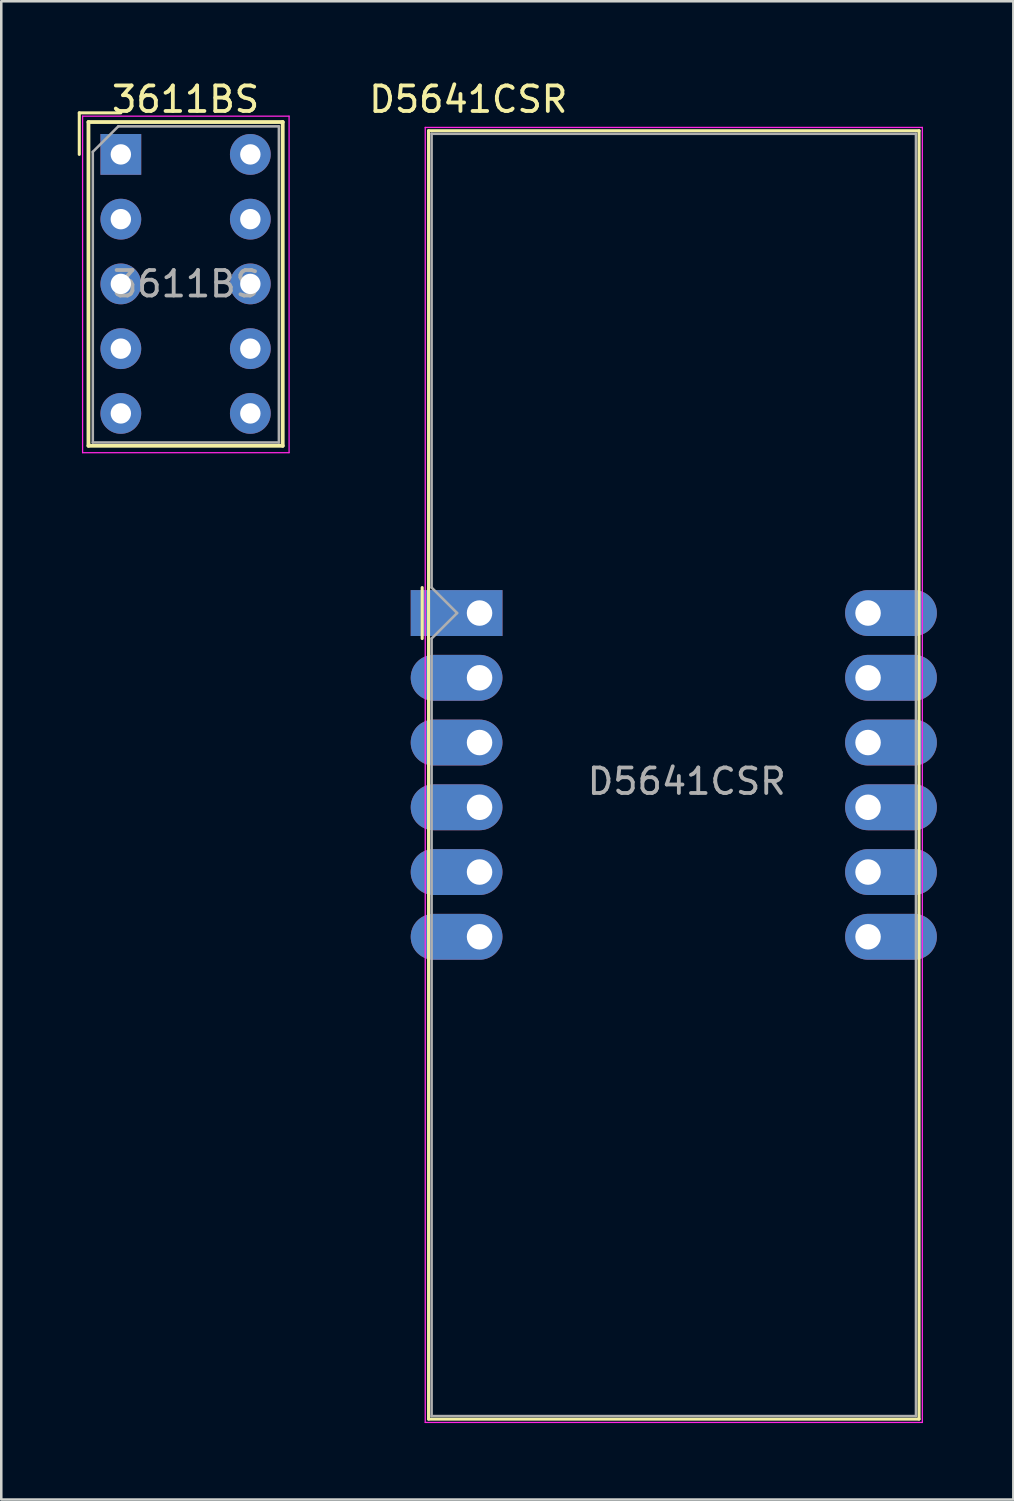
<source format=kicad_pcb>
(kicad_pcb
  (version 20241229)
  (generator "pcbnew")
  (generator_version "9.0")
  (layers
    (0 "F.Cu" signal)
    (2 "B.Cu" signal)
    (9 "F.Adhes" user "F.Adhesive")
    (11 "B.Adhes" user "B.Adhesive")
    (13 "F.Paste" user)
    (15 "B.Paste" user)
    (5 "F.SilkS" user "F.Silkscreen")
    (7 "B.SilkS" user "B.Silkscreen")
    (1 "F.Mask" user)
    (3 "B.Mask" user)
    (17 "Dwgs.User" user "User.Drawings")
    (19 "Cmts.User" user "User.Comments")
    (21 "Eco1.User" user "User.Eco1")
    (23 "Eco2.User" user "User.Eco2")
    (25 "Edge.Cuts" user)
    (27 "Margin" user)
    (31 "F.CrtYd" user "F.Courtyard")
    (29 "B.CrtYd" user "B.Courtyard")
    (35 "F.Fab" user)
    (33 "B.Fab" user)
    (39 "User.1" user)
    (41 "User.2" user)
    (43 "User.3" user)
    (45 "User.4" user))
  (footprint "D5641CSR"
    (layer "F.Cu")
    (at 15.761 20.998)
    (property "Reference" "D5641CSR" (at -0.44 -20.15 0) (layer "F.SilkS") (effects (font (size 1 1) (thickness 0.15))))
    (attr through_hole)
    (fp_line (start -2.25 -1) (end -2.25 1) (stroke (width 0.12) (type solid)) (layer "F.SilkS"))
    (fp_line (start -2 -18.92) (end -2 31.62) (stroke (width 0.12) (type solid)) (layer "F.SilkS"))
    (fp_line (start -2 -18.92) (end 17.24 -18.92) (stroke (width 0.12) (type solid)) (layer "F.SilkS"))
    (fp_line (start -2 31.62) (end 17.24 31.62) (stroke (width 0.12) (type solid)) (layer "F.SilkS"))
    (fp_line (start 17.24 31.62) (end 17.24 -18.92) (stroke (width 0.12) (type solid)) (layer "F.SilkS"))
    (fp_line (start -2.13 -19.05) (end 17.37 -19.05) (stroke (width 0.05) (type solid)) (layer "F.CrtYd"))
    (fp_line (start -2.13 31.75) (end -2.13 -19.05) (stroke (width 0.05) (type solid)) (layer "F.CrtYd"))
    (fp_line (start 17.37 -19.05) (end 17.37 31.75) (stroke (width 0.05) (type solid)) (layer "F.CrtYd"))
    (fp_line (start 17.37 31.75) (end -2.13 31.75) (stroke (width 0.05) (type solid)) (layer "F.CrtYd"))
    (fp_line (start -1.88 -18.8) (end 17.12 -18.8) (stroke (width 0.1) (type solid)) (layer "F.Fab"))
    (fp_line (start -1.88 -1) (end -1.88 -18.8) (stroke (width 0.1) (type solid)) (layer "F.Fab"))
    (fp_line (start -1.88 1) (end -1.88 31.5) (stroke (width 0.1) (type solid)) (layer "F.Fab"))
    (fp_line (start -1.88 1) (end -0.88 0) (stroke (width 0.1) (type solid)) (layer "F.Fab"))
    (fp_line (start -1.88 31.5) (end 17.12 31.5) (stroke (width 0.1) (type solid)) (layer "F.Fab"))
    (fp_line (start -0.88 0) (end -1.88 -1) (stroke (width 0.1) (type solid)) (layer "F.Fab"))
    (fp_line (start 17.12 -18.8) (end 17.12 31.5) (stroke (width 0.1) (type solid)) (layer "F.Fab"))
    (fp_text user "${REFERENCE}" (at 8.128 6.604 0) (layer "F.Fab") (effects (font (size 1 1) (thickness 0.15))))
    (pad "1" thru_hole rect (at 0 0) (size 3.6 1.8) (drill 1 (offset -0.9 0)) (layers "*.Cu" "*.Mask"))
    (pad "2" thru_hole oval (at 0 2.54) (size 3.6 1.8) (drill 1 (offset -0.9 0)) (layers "*.Cu" "*.Mask"))
    (pad "3" thru_hole oval (at 0 5.08) (size 3.6 1.8) (drill 1 (offset -0.9 0)) (layers "*.Cu" "*.Mask"))
    (pad "4" thru_hole oval (at 0 7.62) (size 3.6 1.8) (drill 1 (offset -0.9 0)) (layers "*.Cu" "*.Mask"))
    (pad "5" thru_hole oval (at 0 10.16) (size 3.6 1.8) (drill 1 (offset -0.9 0)) (layers "*.Cu" "*.Mask"))
    (pad "6" thru_hole oval (at 0 12.7) (size 3.6 1.8) (drill 1 (offset -0.9 0)) (layers "*.Cu" "*.Mask"))
    (pad "7" thru_hole oval (at 15.24 12.7) (size 3.6 1.8) (drill 1 (offset 0.9 0)) (layers "*.Cu" "*.Mask"))
    (pad "8" thru_hole oval (at 15.24 10.16) (size 3.6 1.8) (drill 1 (offset 0.9 0)) (layers "*.Cu" "*.Mask"))
    (pad "9" thru_hole oval (at 15.24 7.62) (size 3.6 1.8) (drill 1 (offset 0.9 0)) (layers "*.Cu" "*.Mask"))
    (pad "10" thru_hole oval (at 15.24 5.08) (size 3.6 1.8) (drill 1 (offset 0.9 0)) (layers "*.Cu" "*.Mask"))
    (pad "11" thru_hole oval (at 15.24 2.54) (size 3.6 1.8) (drill 1 (offset 0.9 0)) (layers "*.Cu" "*.Mask"))
    (pad "12" thru_hole oval (at 15.24 0) (size 3.6 1.8) (drill 1 (offset 0.9 0)) (layers "*.Cu" "*.Mask")))
  (footprint "3611BS"
    (layer "F.Cu")
    (at 1.69 3.007)
    (property "Reference" "3611BS" (at 2.54 -2.159 0) (layer "F.SilkS") (effects (font (size 1 1) (thickness 0.15))))
    (attr through_hole)
    (fp_line (start -1.63 -1.63) (end 0 -1.63) (stroke (width 0.12) (type solid)) (layer "F.SilkS"))
    (fp_line (start -1.63 0) (end -1.63 -1.63) (stroke (width 0.12) (type solid)) (layer "F.SilkS"))
    (fp_line (start -1.27 -1.27) (end -1.27 11.43) (stroke (width 0.15) (type solid)) (layer "F.SilkS"))
    (fp_line (start -1.27 11.43) (end 6.35 11.43) (stroke (width 0.15) (type solid)) (layer "F.SilkS"))
    (fp_line (start 6.35 -1.27) (end -1.27 -1.27) (stroke (width 0.15) (type solid)) (layer "F.SilkS"))
    (fp_line (start 6.35 11.43) (end 6.35 -1.27) (stroke (width 0.15) (type solid)) (layer "F.SilkS"))
    (fp_line (start -1.5 -1.5) (end 6.6 -1.5) (stroke (width 0.05) (type solid)) (layer "F.CrtYd"))
    (fp_line (start -1.5 11.7) (end -1.5 -1.5) (stroke (width 0.05) (type solid)) (layer "F.CrtYd"))
    (fp_line (start 6.6 -1.5) (end 6.6 11.7) (stroke (width 0.05) (type solid)) (layer "F.CrtYd"))
    (fp_line (start 6.6 11.7) (end -1.5 11.7) (stroke (width 0.05) (type solid)) (layer "F.CrtYd"))
    (fp_line (start -1.1 -0.1) (end -0.1 -1.1) (stroke (width 0.1) (type solid)) (layer "F.Fab"))
    (fp_line (start -1.1 11.3) (end -1.1 -0.1) (stroke (width 0.1) (type solid)) (layer "F.Fab"))
    (fp_line (start -0.1 -1.1) (end 6.2 -1.1) (stroke (width 0.1) (type solid)) (layer "F.Fab"))
    (fp_line (start 6.2 -1.1) (end 6.2 11.3) (stroke (width 0.1) (type solid)) (layer "F.Fab"))
    (fp_line (start 6.2 11.3) (end -1.1 11.3) (stroke (width 0.1) (type solid)) (layer "F.Fab"))
    (fp_text user "${REFERENCE}" (at 2.573 5.08 0) (layer "F.Fab") (effects (font (size 1 1) (thickness 0.15))))
    (pad "1" thru_hole rect (at 0 0) (size 1.6 1.6) (drill 0.8) (layers "*.Cu" "*.Mask"))
    (pad "2" thru_hole circle (at 0 2.54) (size 1.6 1.6) (drill 0.8) (layers "*.Cu" "*.Mask"))
    (pad "3" thru_hole circle (at 0 5.08) (size 1.6 1.6) (drill 0.8) (layers "*.Cu" "*.Mask"))
    (pad "4" thru_hole circle (at 0 7.62) (size 1.6 1.6) (drill 0.8) (layers "*.Cu" "*.Mask"))
    (pad "5" thru_hole circle (at 0 10.16) (size 1.6 1.6) (drill 0.8) (layers "*.Cu" "*.Mask"))
    (pad "6" thru_hole circle (at 5.08 10.16) (size 1.6 1.6) (drill 0.8) (layers "*.Cu" "*.Mask"))
    (pad "7" thru_hole circle (at 5.08 7.62) (size 1.6 1.6) (drill 0.8) (layers "*.Cu" "*.Mask"))
    (pad "8" thru_hole circle (at 5.08 5.08) (size 1.6 1.6) (drill 0.8) (layers "*.Cu" "*.Mask"))
    (pad "9" thru_hole circle (at 5.08 2.54) (size 1.6 1.6) (drill 0.8) (layers "*.Cu" "*.Mask"))
    (pad "10" thru_hole circle (at 5.08 0) (size 1.6 1.6) (drill 0.8) (layers "*.Cu" "*.Mask")))
  (gr_rect
    (start -3 -3)
    (end 36.701 55.773)
    (stroke (width 0.1) (type default))
    (fill no)
    (layer "Edge.Cuts")))
</source>
